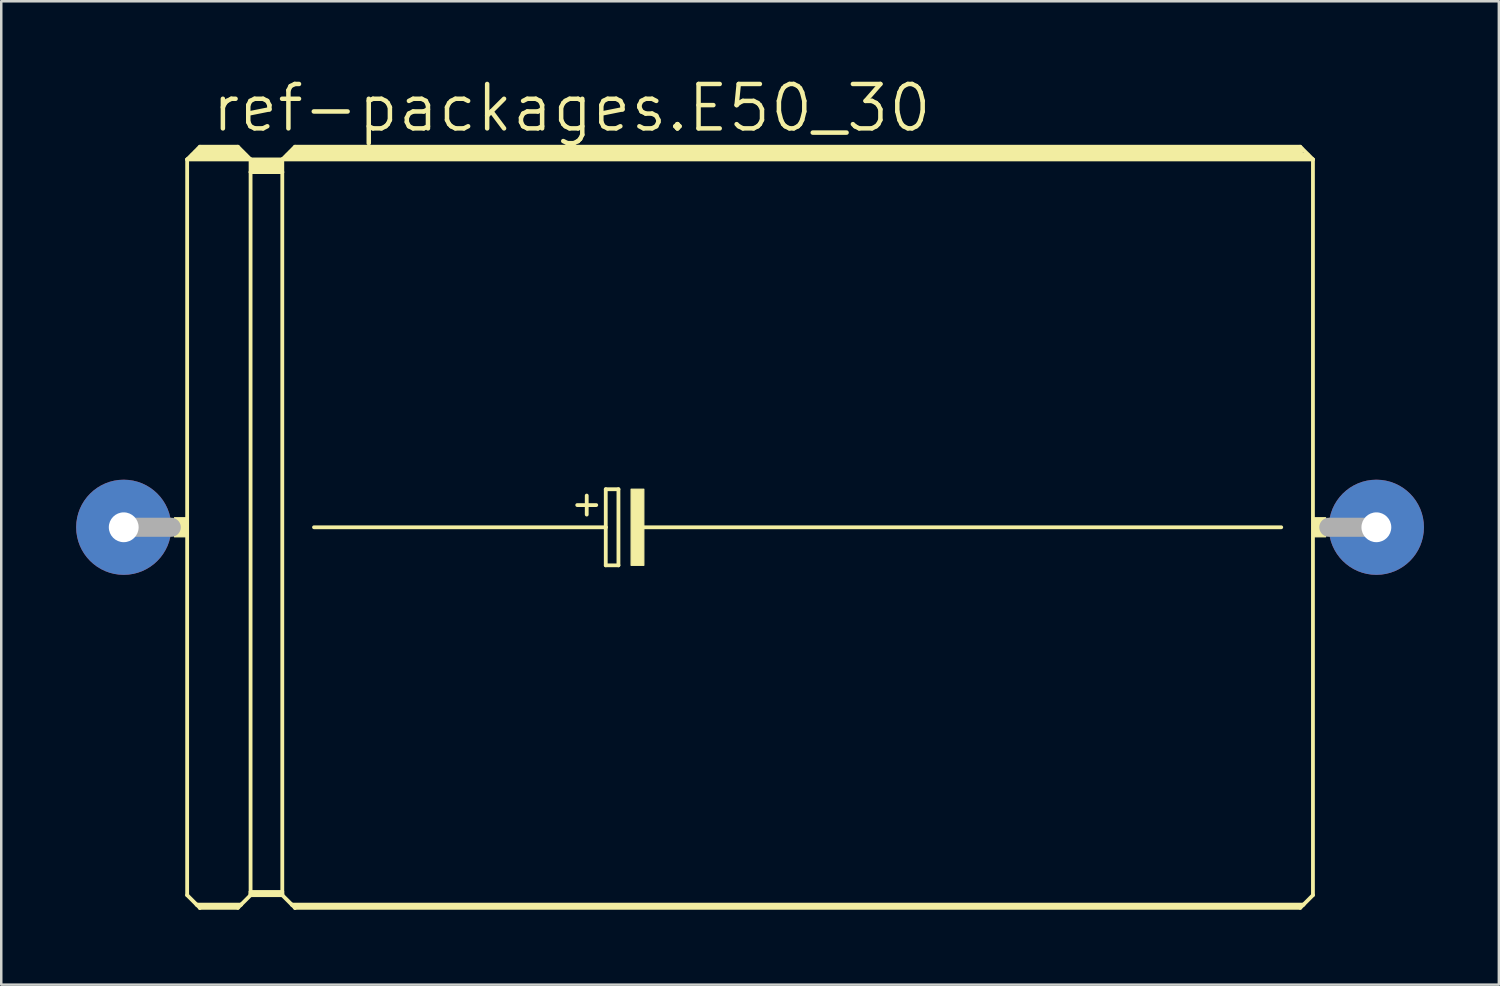
<source format=kicad_pcb>
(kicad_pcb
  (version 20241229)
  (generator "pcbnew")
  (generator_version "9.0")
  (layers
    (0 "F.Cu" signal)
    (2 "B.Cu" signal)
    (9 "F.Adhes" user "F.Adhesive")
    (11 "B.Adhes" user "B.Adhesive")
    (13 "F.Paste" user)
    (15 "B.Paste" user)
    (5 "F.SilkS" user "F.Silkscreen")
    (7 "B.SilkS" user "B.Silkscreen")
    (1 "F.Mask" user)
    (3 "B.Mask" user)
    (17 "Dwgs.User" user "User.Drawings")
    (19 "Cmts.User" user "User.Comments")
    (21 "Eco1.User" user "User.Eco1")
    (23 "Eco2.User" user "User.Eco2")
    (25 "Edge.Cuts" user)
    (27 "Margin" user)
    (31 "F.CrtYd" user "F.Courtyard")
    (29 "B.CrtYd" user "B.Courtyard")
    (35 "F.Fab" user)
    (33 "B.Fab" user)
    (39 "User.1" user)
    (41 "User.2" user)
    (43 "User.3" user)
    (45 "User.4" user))
  (footprint "ref-packages.E50_30"
    (layer "F.Cu")
    (at 27.305 18.066)
    (property "Reference" "ref-packages.E50_30" (at -21.971 -15.748 0) (layer "F.SilkS") (effects (font (size 1.778 1.778) (thickness 0.18)) (justify left bottom)))
    (attr through_hole)
    (fp_line (start -22.86 -14.732) (end -22.86 14.732) (stroke (width 0.152) (type default)) (layer "F.SilkS"))
    (fp_line (start -22.86 -14.732) (end -22.352 -15.24) (stroke (width 0.152) (type default)) (layer "F.SilkS"))
    (fp_line (start -22.86 -14.732) (end -20.32 -14.732) (stroke (width 0.152) (type default)) (layer "F.SilkS"))
    (fp_line (start -22.86 14.732) (end -22.479 15.113) (stroke (width 0.152) (type default)) (layer "F.SilkS"))
    (fp_line (start -22.606 -14.859) (end -22.479 -14.859) (stroke (width 0.305) (type default)) (layer "F.SilkS"))
    (fp_line (start -22.479 -14.859) (end -22.479 -14.986) (stroke (width 0.305) (type default)) (layer "F.SilkS"))
    (fp_line (start -22.479 -14.859) (end -20.701 -14.859) (stroke (width 0.305) (type default)) (layer "F.SilkS"))
    (fp_line (start -22.479 15.113) (end -22.352 15.24) (stroke (width 0.152) (type default)) (layer "F.SilkS"))
    (fp_line (start -22.479 15.113) (end -20.701 15.113) (stroke (width 0.152) (type default)) (layer "F.SilkS"))
    (fp_line (start -22.352 -15.24) (end -20.828 -15.24) (stroke (width 0.152) (type default)) (layer "F.SilkS"))
    (fp_line (start -22.352 -15.113) (end -20.828 -15.113) (stroke (width 0.305) (type default)) (layer "F.SilkS"))
    (fp_line (start -22.352 15.189) (end -20.828 15.189) (stroke (width 0.152) (type default)) (layer "F.SilkS"))
    (fp_line (start -22.352 15.24) (end -22.352 15.189) (stroke (width 0.152) (type default)) (layer "F.SilkS"))
    (fp_line (start -22.352 15.24) (end -20.828 15.24) (stroke (width 0.152) (type default)) (layer "F.SilkS"))
    (fp_line (start -20.701 -14.859) (end -20.701 -14.986) (stroke (width 0.305) (type default)) (layer "F.SilkS"))
    (fp_line (start -20.701 -14.859) (end -20.574 -14.859) (stroke (width 0.305) (type default)) (layer "F.SilkS"))
    (fp_line (start -20.701 15.113) (end -20.828 15.24) (stroke (width 0.152) (type default)) (layer "F.SilkS"))
    (fp_line (start -20.32 -14.732) (end -20.828 -15.24) (stroke (width 0.152) (type default)) (layer "F.SilkS"))
    (fp_line (start -20.32 -14.732) (end -20.32 -14.224) (stroke (width 0.152) (type default)) (layer "F.SilkS"))
    (fp_line (start -20.32 -14.732) (end -19.05 -14.732) (stroke (width 0.152) (type default)) (layer "F.SilkS"))
    (fp_line (start -20.32 -14.224) (end -20.32 14.605) (stroke (width 0.152) (type default)) (layer "F.SilkS"))
    (fp_line (start -20.32 -14.224) (end -19.05 -14.224) (stroke (width 0.152) (type default)) (layer "F.SilkS"))
    (fp_line (start -20.32 14.605) (end -20.32 14.681) (stroke (width 0.152) (type default)) (layer "F.SilkS"))
    (fp_line (start -20.32 14.605) (end -19.05 14.605) (stroke (width 0.152) (type default)) (layer "F.SilkS"))
    (fp_line (start -20.32 14.681) (end -20.32 14.732) (stroke (width 0.152) (type default)) (layer "F.SilkS"))
    (fp_line (start -20.32 14.681) (end -19.05 14.681) (stroke (width 0.152) (type default)) (layer "F.SilkS"))
    (fp_line (start -20.32 14.732) (end -20.701 15.113) (stroke (width 0.152) (type default)) (layer "F.SilkS"))
    (fp_line (start -20.32 14.732) (end -19.05 14.732) (stroke (width 0.152) (type default)) (layer "F.SilkS"))
    (fp_line (start -20.193 -14.605) (end -19.177 -14.605) (stroke (width 0.305) (type default)) (layer "F.SilkS"))
    (fp_line (start -20.193 -14.351) (end -19.177 -14.351) (stroke (width 0.305) (type default)) (layer "F.SilkS"))
    (fp_line (start -19.05 -14.732) (end -19.05 -14.224) (stroke (width 0.152) (type default)) (layer "F.SilkS"))
    (fp_line (start -19.05 -14.732) (end 22.225 -14.732) (stroke (width 0.152) (type default)) (layer "F.SilkS"))
    (fp_line (start -19.05 -14.224) (end -19.05 14.605) (stroke (width 0.152) (type default)) (layer "F.SilkS"))
    (fp_line (start -19.05 14.605) (end -19.05 14.681) (stroke (width 0.152) (type default)) (layer "F.SilkS"))
    (fp_line (start -19.05 14.681) (end -19.05 14.732) (stroke (width 0.152) (type default)) (layer "F.SilkS"))
    (fp_line (start -19.05 14.732) (end -18.669 15.113) (stroke (width 0.152) (type default)) (layer "F.SilkS"))
    (fp_line (start -18.796 -14.859) (end -18.669 -14.859) (stroke (width 0.305) (type default)) (layer "F.SilkS"))
    (fp_line (start -18.669 -14.859) (end -18.669 -14.986) (stroke (width 0.305) (type default)) (layer "F.SilkS"))
    (fp_line (start -18.669 -14.859) (end 21.971 -14.859) (stroke (width 0.305) (type default)) (layer "F.SilkS"))
    (fp_line (start -18.669 15.113) (end -18.542 15.24) (stroke (width 0.152) (type default)) (layer "F.SilkS"))
    (fp_line (start -18.669 15.113) (end 21.844 15.113) (stroke (width 0.152) (type default)) (layer "F.SilkS"))
    (fp_line (start -18.542 -15.24) (end -19.05 -14.732) (stroke (width 0.152) (type default)) (layer "F.SilkS"))
    (fp_line (start -18.542 -15.24) (end 21.717 -15.24) (stroke (width 0.152) (type default)) (layer "F.SilkS"))
    (fp_line (start -18.542 -15.113) (end 21.717 -15.113) (stroke (width 0.305) (type default)) (layer "F.SilkS"))
    (fp_line (start -18.542 15.189) (end 21.717 15.189) (stroke (width 0.152) (type default)) (layer "F.SilkS"))
    (fp_line (start -18.542 15.24) (end -18.542 15.189) (stroke (width 0.152) (type default)) (layer "F.SilkS"))
    (fp_line (start -17.78 0) (end -6.096 0) (stroke (width 0.152) (type default)) (layer "F.SilkS"))
    (fp_line (start -7.239 -0.889) (end -6.477 -0.889) (stroke (width 0.152) (type default)) (layer "F.SilkS"))
    (fp_line (start -6.858 -1.27) (end -6.858 -0.508) (stroke (width 0.152) (type default)) (layer "F.SilkS"))
    (fp_line (start -6.096 -1.524) (end -6.096 0) (stroke (width 0.152) (type default)) (layer "F.SilkS"))
    (fp_line (start -6.096 0) (end -6.096 1.524) (stroke (width 0.152) (type default)) (layer "F.SilkS"))
    (fp_line (start -6.096 1.524) (end -5.588 1.524) (stroke (width 0.152) (type default)) (layer "F.SilkS"))
    (fp_line (start -5.588 -1.524) (end -6.096 -1.524) (stroke (width 0.152) (type default)) (layer "F.SilkS"))
    (fp_line (start -5.588 1.524) (end -5.588 -1.524) (stroke (width 0.152) (type default)) (layer "F.SilkS"))
    (fp_line (start -4.699 0) (end 20.955 0) (stroke (width 0.152) (type default)) (layer "F.SilkS"))
    (fp_line (start 21.717 -15.24) (end 22.225 -14.732) (stroke (width 0.152) (type default)) (layer "F.SilkS"))
    (fp_line (start 21.717 15.24) (end -18.542 15.24) (stroke (width 0.152) (type default)) (layer "F.SilkS"))
    (fp_line (start 21.844 15.113) (end 21.717 15.24) (stroke (width 0.152) (type default)) (layer "F.SilkS"))
    (fp_line (start 22.225 -14.732) (end 22.225 14.732) (stroke (width 0.152) (type default)) (layer "F.SilkS"))
    (fp_line (start 22.225 14.732) (end 21.844 15.113) (stroke (width 0.152) (type default)) (layer "F.SilkS"))
    (fp_rect (start -23.368 0.381) (end -22.86 -0.381) (stroke (width 0.05) (type default)) (fill yes) (layer "F.SilkS"))
    (fp_rect (start -5.08 1.524) (end -4.572 -1.524) (stroke (width 0.05) (type default)) (fill yes) (layer "F.SilkS"))
    (fp_rect (start 22.225 0.381) (end 22.733 -0.381) (stroke (width 0.05) (type default)) (fill yes) (layer "F.SilkS"))
    (fp_line (start -25.4 0) (end -23.495 0) (stroke (width 0.762) (type default)) (layer "F.Fab"))
    (fp_line (start 24.765 0) (end 22.86 0) (stroke (width 0.762) (type default)) (layer "F.Fab"))
    (pad "+" thru_hole circle (at -25.4 0) (size 3.81 3.81) (drill 1.194) (layers "*.Cu" "*.Mask"))
    (pad "-" thru_hole circle (at 24.765 0) (size 3.81 3.81) (drill 1.194) (layers "*.Cu" "*.Mask")))
  (gr_rect
    (start -3 -3)
    (end 56.975 36.382)
    (stroke (width 0.1) (type default))
    (fill no)
    (layer "Edge.Cuts")))
</source>
